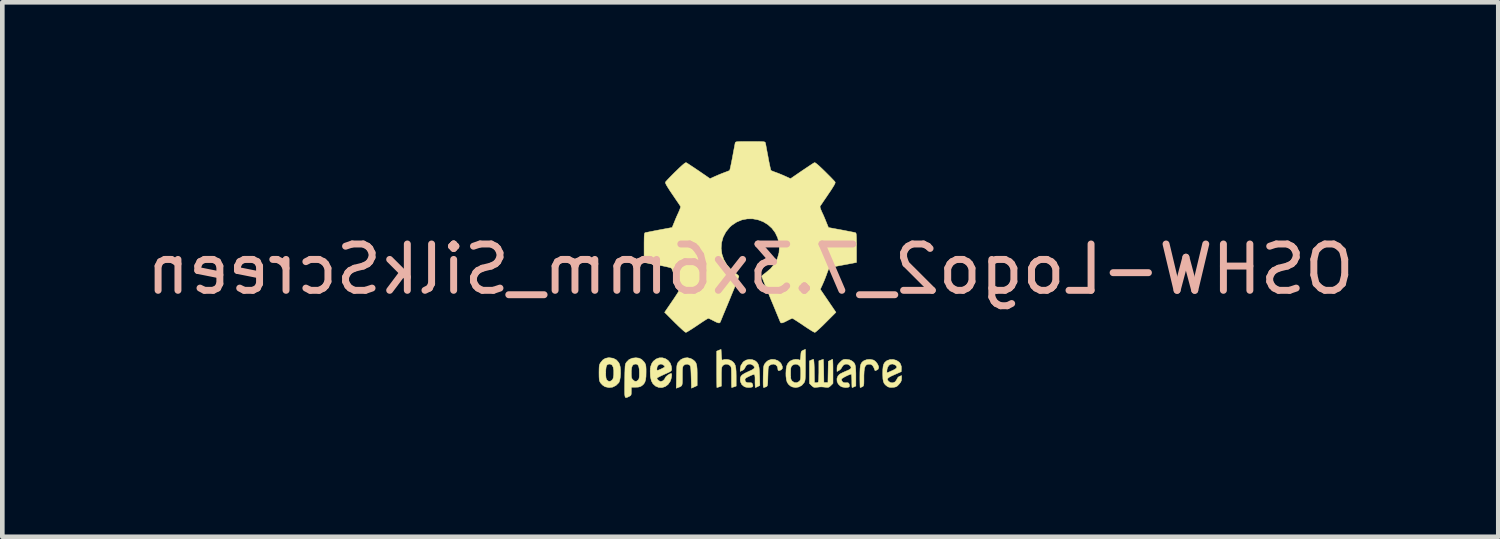
<source format=kicad_pcb>
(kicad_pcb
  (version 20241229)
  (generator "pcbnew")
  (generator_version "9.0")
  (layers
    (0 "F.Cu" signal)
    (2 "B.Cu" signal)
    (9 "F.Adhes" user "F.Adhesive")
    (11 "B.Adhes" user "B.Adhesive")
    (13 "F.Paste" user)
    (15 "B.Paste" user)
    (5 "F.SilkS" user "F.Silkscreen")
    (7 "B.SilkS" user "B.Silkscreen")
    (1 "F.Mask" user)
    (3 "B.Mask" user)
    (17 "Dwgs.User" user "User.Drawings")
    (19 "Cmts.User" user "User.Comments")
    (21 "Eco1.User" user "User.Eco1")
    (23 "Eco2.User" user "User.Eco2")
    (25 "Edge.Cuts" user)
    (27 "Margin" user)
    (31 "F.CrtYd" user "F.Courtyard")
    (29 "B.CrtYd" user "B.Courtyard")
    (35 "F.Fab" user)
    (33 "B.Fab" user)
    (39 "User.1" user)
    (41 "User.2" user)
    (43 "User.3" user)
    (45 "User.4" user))
  (footprint "OSHW-Logo2_7.3x6mm_SilkScreen"
    (layer "F.Cu")
    (at 13.149 2.763)
    (property "Reference" "OSHW-Logo2_7.3x6mm_SilkScreen" (at 0 0 0) (layer "B.SilkS") (effects (font (size 1 1) (thickness 0.15)) (justify mirror)))
    (attr exclude_from_pos_files exclude_from_bom allow_missing_courtyard)
    (fp_poly (pts (xy 2.653 1.959) (xy 2.67 1.966) (xy 2.711 1.999) (xy 2.747 2.047) (xy 2.769 2.097) (xy 2.772 2.122) (xy 2.76 2.157) (xy 2.734 2.175) (xy 2.706 2.187) (xy 2.693 2.189) (xy 2.687 2.174) (xy 2.674 2.141) (xy 2.669 2.127) (xy 2.639 2.076) (xy 2.595 2.05) (xy 2.538 2.051) (xy 2.534 2.052) (xy 2.504 2.067) (xy 2.481 2.094) (xy 2.466 2.139) (xy 2.457 2.205) (xy 2.453 2.294) (xy 2.453 2.341) (xy 2.453 2.416) (xy 2.452 2.467) (xy 2.448 2.499) (xy 2.442 2.518) (xy 2.432 2.529) (xy 2.417 2.537) (xy 2.416 2.538) (xy 2.387 2.55) (xy 2.372 2.555) (xy 2.37 2.541) (xy 2.368 2.503) (xy 2.367 2.446) (xy 2.366 2.374) (xy 2.366 2.322) (xy 2.367 2.22) (xy 2.37 2.143) (xy 2.377 2.086) (xy 2.389 2.045) (xy 2.407 2.014) (xy 2.432 1.99) (xy 2.457 1.973) (xy 2.517 1.951) (xy 2.587 1.946) (xy 2.653 1.959)) (stroke (width 0.01) (type solid)) (fill yes) (layer "F.SilkS"))
    (fp_poly (pts (xy -1.284 1.928) (xy -1.237 1.955) (xy -1.205 1.981) (xy -1.181 2.009) (xy -1.165 2.044) (xy -1.155 2.089) (xy -1.149 2.151) (xy -1.147 2.234) (xy -1.147 2.293) (xy -1.147 2.512) (xy -1.208 2.54) (xy -1.27 2.568) (xy -1.277 2.328) (xy -1.28 2.238) (xy -1.283 2.173) (xy -1.287 2.128) (xy -1.293 2.099) (xy -1.3 2.081) (xy -1.31 2.07) (xy -1.313 2.067) (xy -1.36 2.048) (xy -1.408 2.056) (xy -1.437 2.076) (xy -1.449 2.09) (xy -1.457 2.108) (xy -1.462 2.136) (xy -1.465 2.179) (xy -1.466 2.242) (xy -1.466 2.307) (xy -1.466 2.389) (xy -1.467 2.447) (xy -1.472 2.486) (xy -1.482 2.512) (xy -1.499 2.528) (xy -1.525 2.541) (xy -1.56 2.554) (xy -1.598 2.569) (xy -1.594 2.311) (xy -1.592 2.219) (xy -1.59 2.15) (xy -1.587 2.101) (xy -1.582 2.066) (xy -1.575 2.042) (xy -1.566 2.022) (xy -1.554 2.005) (xy -1.499 1.95) (xy -1.431 1.918) (xy -1.357 1.91) (xy -1.284 1.928)) (stroke (width 0.01) (type solid)) (fill yes) (layer "F.SilkS"))
    (fp_poly (pts (xy 0.53 1.95) (xy 0.596 1.974) (xy 0.649 2.017) (xy 0.67 2.047) (xy 0.693 2.103) (xy 0.692 2.143) (xy 0.669 2.17) (xy 0.66 2.175) (xy 0.622 2.189) (xy 0.602 2.185) (xy 0.595 2.161) (xy 0.595 2.148) (xy 0.583 2.099) (xy 0.551 2.065) (xy 0.508 2.048) (xy 0.459 2.053) (xy 0.419 2.074) (xy 0.405 2.087) (xy 0.396 2.101) (xy 0.389 2.124) (xy 0.385 2.159) (xy 0.383 2.212) (xy 0.381 2.288) (xy 0.38 2.312) (xy 0.378 2.394) (xy 0.376 2.451) (xy 0.372 2.49) (xy 0.367 2.513) (xy 0.359 2.526) (xy 0.347 2.535) (xy 0.339 2.538) (xy 0.307 2.55) (xy 0.288 2.555) (xy 0.282 2.541) (xy 0.278 2.5) (xy 0.277 2.431) (xy 0.278 2.334) (xy 0.278 2.319) (xy 0.28 2.23) (xy 0.283 2.165) (xy 0.286 2.119) (xy 0.292 2.087) (xy 0.3 2.064) (xy 0.311 2.044) (xy 0.317 2.035) (xy 0.35 1.998) (xy 0.388 1.969) (xy 0.392 1.966) (xy 0.459 1.946) (xy 0.53 1.95)) (stroke (width 0.01) (type solid)) (fill yes) (layer "F.SilkS"))
    (fp_poly (pts (xy -0.624 1.851) (xy -0.62 1.911) (xy -0.615 1.946) (xy -0.608 1.961) (xy -0.598 1.961) (xy -0.595 1.959) (xy -0.552 1.946) (xy -0.497 1.947) (xy -0.44 1.96) (xy -0.405 1.978) (xy -0.369 2.006) (xy -0.342 2.038) (xy -0.324 2.078) (xy -0.313 2.132) (xy -0.307 2.204) (xy -0.305 2.299) (xy -0.305 2.317) (xy -0.305 2.523) (xy -0.351 2.539) (xy -0.383 2.549) (xy -0.401 2.554) (xy -0.401 2.555) (xy -0.403 2.541) (xy -0.405 2.503) (xy -0.406 2.446) (xy -0.406 2.375) (xy -0.406 2.332) (xy -0.407 2.247) (xy -0.408 2.186) (xy -0.41 2.144) (xy -0.415 2.117) (xy -0.422 2.098) (xy -0.433 2.085) (xy -0.44 2.078) (xy -0.487 2.051) (xy -0.538 2.049) (xy -0.584 2.072) (xy -0.593 2.08) (xy -0.605 2.095) (xy -0.614 2.114) (xy -0.619 2.14) (xy -0.622 2.18) (xy -0.624 2.238) (xy -0.624 2.318) (xy -0.624 2.523) (xy -0.67 2.539) (xy -0.702 2.549) (xy -0.72 2.554) (xy -0.721 2.555) (xy -0.722 2.541) (xy -0.723 2.501) (xy -0.724 2.441) (xy -0.725 2.362) (xy -0.726 2.269) (xy -0.726 2.167) (xy -0.726 1.769) (xy -0.679 1.749) (xy -0.631 1.73) (xy -0.624 1.851)) (stroke (width 0.01) (type solid)) (fill yes) (layer "F.SilkS"))
    (fp_poly (pts (xy 1.78 1.959) (xy 1.782 1.997) (xy 1.784 2.055) (xy 1.785 2.128) (xy 1.785 2.205) (xy 1.785 2.465) (xy 1.739 2.511) (xy 1.708 2.539) (xy 1.68 2.551) (xy 1.642 2.55) (xy 1.627 2.548) (xy 1.58 2.543) (xy 1.541 2.54) (xy 1.531 2.54) (xy 1.499 2.541) (xy 1.453 2.546) (xy 1.436 2.548) (xy 1.392 2.552) (xy 1.363 2.544) (xy 1.334 2.521) (xy 1.323 2.511) (xy 1.277 2.465) (xy 1.277 1.979) (xy 1.314 1.962) (xy 1.346 1.949) (xy 1.365 1.945) (xy 1.369 1.959) (xy 1.374 1.997) (xy 1.378 2.056) (xy 1.381 2.132) (xy 1.382 2.195) (xy 1.386 2.446) (xy 1.421 2.451) (xy 1.452 2.447) (xy 1.468 2.436) (xy 1.472 2.415) (xy 1.476 2.371) (xy 1.478 2.309) (xy 1.48 2.235) (xy 1.48 2.197) (xy 1.48 1.977) (xy 1.526 1.961) (xy 1.559 1.95) (xy 1.576 1.945) (xy 1.577 1.945) (xy 1.578 1.959) (xy 1.58 1.997) (xy 1.582 2.054) (xy 1.584 2.127) (xy 1.585 2.195) (xy 1.589 2.446) (xy 1.676 2.446) (xy 1.68 2.217) (xy 1.684 1.989) (xy 1.727 1.967) (xy 1.758 1.952) (xy 1.777 1.945) (xy 1.777 1.945) (xy 1.78 1.959)) (stroke (width 0.01) (type solid)) (fill yes) (layer "F.SilkS"))
    (fp_poly (pts (xy -2.959 1.922) (xy -2.891 1.958) (xy -2.841 2.015) (xy -2.823 2.052) (xy -2.809 2.108) (xy -2.802 2.178) (xy -2.801 2.255) (xy -2.807 2.33) (xy -2.818 2.394) (xy -2.834 2.441) (xy -2.839 2.449) (xy -2.9 2.509) (xy -2.971 2.545) (xy -3.049 2.555) (xy -3.127 2.539) (xy -3.149 2.529) (xy -3.192 2.499) (xy -3.229 2.459) (xy -3.233 2.454) (xy -3.247 2.43) (xy -3.257 2.404) (xy -3.262 2.37) (xy -3.265 2.321) (xy -3.266 2.251) (xy -3.266 2.235) (xy -3.266 2.23) (xy -3.121 2.23) (xy -3.12 2.296) (xy -3.116 2.34) (xy -3.109 2.369) (xy -3.098 2.388) (xy -3.092 2.395) (xy -3.057 2.42) (xy -3.023 2.419) (xy -2.989 2.397) (xy -2.969 2.374) (xy -2.957 2.34) (xy -2.95 2.288) (xy -2.949 2.281) (xy -2.948 2.186) (xy -2.96 2.114) (xy -2.985 2.068) (xy -3.023 2.048) (xy -3.037 2.047) (xy -3.073 2.052) (xy -3.097 2.072) (xy -3.112 2.109) (xy -3.119 2.168) (xy -3.121 2.23) (xy -3.266 2.23) (xy -3.265 2.16) (xy -3.263 2.108) (xy -3.258 2.072) (xy -3.249 2.045) (xy -3.236 2.022) (xy -3.233 2.017) (xy -3.184 1.958) (xy -3.13 1.924) (xy -3.064 1.91) (xy -3.042 1.91) (xy -2.959 1.922)) (stroke (width 0.01) (type solid)) (fill yes) (layer "F.SilkS"))
    (fp_poly (pts (xy 3.154 1.967) (xy 3.211 2.004) (xy 3.239 2.038) (xy 3.261 2.099) (xy 3.262 2.147) (xy 3.258 2.212) (xy 3.11 2.277) (xy 3.037 2.31) (xy 2.99 2.337) (xy 2.966 2.36) (xy 2.961 2.383) (xy 2.975 2.407) (xy 2.99 2.424) (xy 3.034 2.45) (xy 3.081 2.452) (xy 3.125 2.432) (xy 3.157 2.391) (xy 3.163 2.376) (xy 3.191 2.331) (xy 3.222 2.312) (xy 3.266 2.296) (xy 3.266 2.358) (xy 3.262 2.4) (xy 3.247 2.436) (xy 3.215 2.477) (xy 3.211 2.482) (xy 3.176 2.519) (xy 3.145 2.538) (xy 3.108 2.547) (xy 3.076 2.55) (xy 3.02 2.551) (xy 2.981 2.542) (xy 2.956 2.528) (xy 2.917 2.497) (xy 2.89 2.465) (xy 2.873 2.423) (xy 2.863 2.368) (xy 2.86 2.291) (xy 2.859 2.253) (xy 2.86 2.206) (xy 2.948 2.206) (xy 2.949 2.231) (xy 2.952 2.235) (xy 2.968 2.23) (xy 3.004 2.215) (xy 3.052 2.194) (xy 3.062 2.19) (xy 3.123 2.159) (xy 3.157 2.132) (xy 3.164 2.106) (xy 3.146 2.08) (xy 3.132 2.069) (xy 3.079 2.046) (xy 3.03 2.05) (xy 2.989 2.078) (xy 2.961 2.127) (xy 2.952 2.166) (xy 2.948 2.206) (xy 2.86 2.206) (xy 2.861 2.162) (xy 2.868 2.095) (xy 2.882 2.047) (xy 2.904 2.011) (xy 2.937 1.983) (xy 2.951 1.973) (xy 3.015 1.95) (xy 3.085 1.948) (xy 3.154 1.967)) (stroke (width 0.01) (type solid)) (fill yes) (layer "F.SilkS"))
    (fp_poly (pts (xy 1.19 2.065) (xy 1.19 2.174) (xy 1.189 2.257) (xy 1.188 2.32) (xy 1.185 2.365) (xy 1.181 2.397) (xy 1.175 2.421) (xy 1.167 2.439) (xy 1.161 2.449) (xy 1.112 2.506) (xy 1.049 2.541) (xy 0.98 2.554) (xy 0.911 2.542) (xy 0.869 2.522) (xy 0.826 2.485) (xy 0.796 2.441) (xy 0.779 2.383) (xy 0.77 2.306) (xy 0.769 2.25) (xy 0.769 2.246) (xy 0.871 2.246) (xy 0.871 2.311) (xy 0.874 2.354) (xy 0.881 2.382) (xy 0.893 2.402) (xy 0.906 2.417) (xy 0.953 2.447) (xy 1.004 2.449) (xy 1.051 2.425) (xy 1.055 2.421) (xy 1.071 2.404) (xy 1.081 2.383) (xy 1.086 2.352) (xy 1.088 2.305) (xy 1.089 2.252) (xy 1.088 2.185) (xy 1.085 2.141) (xy 1.078 2.112) (xy 1.066 2.091) (xy 1.057 2.08) (xy 1.013 2.052) (xy 0.962 2.049) (xy 0.914 2.07) (xy 0.904 2.078) (xy 0.889 2.096) (xy 0.879 2.117) (xy 0.873 2.148) (xy 0.871 2.196) (xy 0.871 2.246) (xy 0.769 2.246) (xy 0.773 2.159) (xy 0.785 2.09) (xy 0.807 2.039) (xy 0.842 1.998) (xy 0.869 1.978) (xy 0.919 1.956) (xy 0.976 1.945) (xy 1.03 1.948) (xy 1.06 1.959) (xy 1.071 1.962) (xy 1.079 1.951) (xy 1.084 1.919) (xy 1.089 1.871) (xy 1.093 1.817) (xy 1.099 1.784) (xy 1.111 1.766) (xy 1.131 1.754) (xy 1.143 1.748) (xy 1.19 1.729) (xy 1.19 2.065)) (stroke (width 0.01) (type solid)) (fill yes) (layer "F.SilkS"))
    (fp_poly (pts (xy -1.832 1.931) (xy -1.774 1.97) (xy -1.73 2.025) (xy -1.704 2.096) (xy -1.698 2.148) (xy -1.699 2.17) (xy -1.704 2.187) (xy -1.718 2.201) (xy -1.745 2.218) (xy -1.79 2.239) (xy -1.857 2.269) (xy -1.858 2.27) (xy -1.92 2.298) (xy -1.97 2.323) (xy -2.005 2.342) (xy -2.017 2.353) (xy -2.017 2.353) (xy -2.006 2.376) (xy -1.98 2.402) (xy -1.949 2.42) (xy -1.934 2.424) (xy -1.891 2.411) (xy -1.855 2.379) (xy -1.837 2.345) (xy -1.82 2.319) (xy -1.787 2.29) (xy -1.748 2.264) (xy -1.713 2.25) (xy -1.706 2.25) (xy -1.698 2.262) (xy -1.697 2.294) (xy -1.703 2.337) (xy -1.715 2.383) (xy -1.73 2.423) (xy -1.731 2.424) (xy -1.777 2.489) (xy -1.837 2.533) (xy -1.906 2.555) (xy -1.976 2.552) (xy -2.044 2.524) (xy -2.047 2.522) (xy -2.101 2.473) (xy -2.136 2.41) (xy -2.155 2.327) (xy -2.158 2.304) (xy -2.162 2.194) (xy -2.157 2.143) (xy -2.017 2.143) (xy -2.016 2.175) (xy -2.006 2.184) (xy -1.981 2.177) (xy -1.942 2.161) (xy -1.899 2.14) (xy -1.898 2.139) (xy -1.861 2.12) (xy -1.846 2.107) (xy -1.85 2.093) (xy -1.865 2.076) (xy -1.904 2.05) (xy -1.946 2.048) (xy -1.984 2.067) (xy -2.01 2.103) (xy -2.017 2.143) (xy -2.157 2.143) (xy -2.153 2.106) (xy -2.128 2.036) (xy -2.095 1.987) (xy -2.033 1.938) (xy -1.966 1.913) (xy -1.897 1.912) (xy -1.832 1.931)) (stroke (width 0.01) (type solid)) (fill yes) (layer "F.SilkS"))
    (fp_poly (pts (xy 0.04 1.951) (xy 0.097 1.972) (xy 0.097 1.972) (xy 0.132 1.998) (xy 0.158 2.029) (xy 0.177 2.068) (xy 0.189 2.121) (xy 0.196 2.194) (xy 0.2 2.289) (xy 0.201 2.303) (xy 0.206 2.509) (xy 0.162 2.532) (xy 0.13 2.547) (xy 0.11 2.554) (xy 0.11 2.555) (xy 0.106 2.541) (xy 0.104 2.505) (xy 0.102 2.451) (xy 0.102 2.408) (xy 0.102 2.339) (xy 0.098 2.295) (xy 0.087 2.274) (xy 0.064 2.273) (xy 0.022 2.289) (xy -0.04 2.318) (xy -0.086 2.342) (xy -0.109 2.363) (xy -0.116 2.386) (xy -0.116 2.387) (xy -0.105 2.426) (xy -0.071 2.447) (xy -0.019 2.451) (xy 0.018 2.45) (xy 0.038 2.461) (xy 0.05 2.487) (xy 0.057 2.519) (xy 0.047 2.538) (xy 0.043 2.541) (xy 0.007 2.551) (xy -0.043 2.553) (xy -0.095 2.546) (xy -0.132 2.533) (xy -0.183 2.49) (xy -0.212 2.429) (xy -0.218 2.382) (xy -0.213 2.34) (xy -0.198 2.305) (xy -0.166 2.275) (xy -0.115 2.244) (xy -0.041 2.209) (xy -0.036 2.207) (xy 0.031 2.176) (xy 0.072 2.151) (xy 0.09 2.128) (xy 0.086 2.105) (xy 0.063 2.078) (xy 0.056 2.072) (xy 0.009 2.048) (xy -0.04 2.049) (xy -0.082 2.072) (xy -0.111 2.116) (xy -0.113 2.124) (xy -0.139 2.165) (xy -0.171 2.185) (xy -0.218 2.205) (xy -0.218 2.154) (xy -0.204 2.08) (xy -0.161 2.012) (xy -0.139 1.99) (xy -0.089 1.961) (xy -0.026 1.947) (xy 0.04 1.951)) (stroke (width 0.01) (type solid)) (fill yes) (layer "F.SilkS"))
    (fp_poly (pts (xy -2.4 1.92) (xy -2.345 1.948) (xy -2.296 1.998) (xy -2.282 2.017) (xy -2.268 2.042) (xy -2.258 2.069) (xy -2.253 2.105) (xy -2.25 2.156) (xy -2.25 2.224) (xy -2.252 2.318) (xy -2.261 2.388) (xy -2.277 2.44) (xy -2.303 2.48) (xy -2.34 2.513) (xy -2.342 2.515) (xy -2.379 2.535) (xy -2.422 2.545) (xy -2.478 2.547) (xy -2.569 2.547) (xy -2.569 2.635) (xy -2.57 2.684) (xy -2.575 2.713) (xy -2.588 2.73) (xy -2.614 2.745) (xy -2.62 2.748) (xy -2.649 2.762) (xy -2.672 2.77) (xy -2.688 2.771) (xy -2.7 2.761) (xy -2.707 2.737) (xy -2.712 2.696) (xy -2.713 2.636) (xy -2.713 2.553) (xy -2.712 2.445) (xy -2.711 2.413) (xy -2.71 2.302) (xy -2.709 2.229) (xy -2.569 2.229) (xy -2.568 2.29) (xy -2.565 2.331) (xy -2.557 2.358) (xy -2.543 2.378) (xy -2.533 2.388) (xy -2.495 2.418) (xy -2.46 2.42) (xy -2.425 2.396) (xy -2.424 2.395) (xy -2.409 2.376) (xy -2.401 2.351) (xy -2.396 2.312) (xy -2.395 2.252) (xy -2.395 2.238) (xy -2.398 2.156) (xy -2.409 2.099) (xy -2.429 2.064) (xy -2.458 2.048) (xy -2.476 2.047) (xy -2.516 2.054) (xy -2.544 2.078) (xy -2.561 2.123) (xy -2.568 2.191) (xy -2.569 2.229) (xy -2.709 2.229) (xy -2.708 2.215) (xy -2.706 2.15) (xy -2.704 2.103) (xy -2.7 2.069) (xy -2.694 2.045) (xy -2.687 2.028) (xy -2.677 2.012) (xy -2.673 2.006) (xy -2.619 1.951) (xy -2.55 1.92) (xy -2.47 1.911) (xy -2.4 1.92)) (stroke (width 0.01) (type solid)) (fill yes) (layer "F.SilkS"))
    (fp_poly (pts (xy 2.145 1.956) (xy 2.187 1.975) (xy 2.219 1.998) (xy 2.244 2.024) (xy 2.26 2.057) (xy 2.271 2.103) (xy 2.276 2.165) (xy 2.279 2.249) (xy 2.279 2.305) (xy 2.279 2.521) (xy 2.242 2.538) (xy 2.213 2.55) (xy 2.198 2.555) (xy 2.195 2.541) (xy 2.193 2.505) (xy 2.192 2.452) (xy 2.192 2.409) (xy 2.19 2.348) (xy 2.187 2.3) (xy 2.182 2.271) (xy 2.178 2.264) (xy 2.153 2.271) (xy 2.112 2.287) (xy 2.066 2.309) (xy 2.021 2.333) (xy 1.986 2.355) (xy 1.97 2.37) (xy 1.97 2.37) (xy 1.971 2.397) (xy 1.984 2.423) (xy 2.006 2.444) (xy 2.038 2.451) (xy 2.065 2.451) (xy 2.104 2.45) (xy 2.124 2.459) (xy 2.136 2.483) (xy 2.138 2.488) (xy 2.143 2.522) (xy 2.129 2.543) (xy 2.092 2.552) (xy 2.052 2.554) (xy 1.981 2.541) (xy 1.943 2.521) (xy 1.898 2.476) (xy 1.873 2.42) (xy 1.871 2.361) (xy 1.892 2.306) (xy 1.923 2.271) (xy 1.953 2.252) (xy 2.002 2.228) (xy 2.058 2.203) (xy 2.068 2.199) (xy 2.13 2.172) (xy 2.166 2.148) (xy 2.177 2.124) (xy 2.167 2.097) (xy 2.148 2.076) (xy 2.104 2.05) (xy 2.056 2.048) (xy 2.012 2.068) (xy 1.981 2.108) (xy 1.977 2.118) (xy 1.952 2.156) (xy 1.917 2.184) (xy 1.872 2.207) (xy 1.872 2.141) (xy 1.875 2.102) (xy 1.886 2.07) (xy 1.911 2.036) (xy 1.935 2.01) (xy 1.972 1.974) (xy 2.001 1.954) (xy 2.033 1.946) (xy 2.068 1.945) (xy 2.145 1.956)) (stroke (width 0.01) (type solid)) (fill yes) (layer "F.SilkS"))
    (fp_poly (pts (xy 0.104 -2.758) (xy 0.182 -2.757) (xy 0.239 -2.756) (xy 0.278 -2.754) (xy 0.303 -2.75) (xy 0.316 -2.744) (xy 0.323 -2.737) (xy 0.326 -2.726) (xy 0.327 -2.725) (xy 0.332 -2.701) (xy 0.341 -2.653) (xy 0.353 -2.587) (xy 0.368 -2.508) (xy 0.385 -2.42) (xy 0.385 -2.417) (xy 0.401 -2.331) (xy 0.417 -2.255) (xy 0.43 -2.194) (xy 0.44 -2.152) (xy 0.446 -2.133) (xy 0.447 -2.133) (xy 0.465 -2.124) (xy 0.502 -2.109) (xy 0.551 -2.091) (xy 0.552 -2.091) (xy 0.613 -2.068) (xy 0.686 -2.038) (xy 0.754 -2.008) (xy 0.757 -2.007) (xy 0.869 -1.956) (xy 1.115 -2.125) (xy 1.191 -2.176) (xy 1.26 -2.222) (xy 1.317 -2.26) (xy 1.359 -2.287) (xy 1.383 -2.301) (xy 1.385 -2.302) (xy 1.402 -2.298) (xy 1.434 -2.275) (xy 1.481 -2.235) (xy 1.546 -2.174) (xy 1.612 -2.11) (xy 1.676 -2.046) (xy 1.733 -1.989) (xy 1.78 -1.94) (xy 1.814 -1.904) (xy 1.83 -1.884) (xy 1.831 -1.883) (xy 1.833 -1.869) (xy 1.826 -1.847) (xy 1.809 -1.814) (xy 1.779 -1.765) (xy 1.737 -1.699) (xy 1.679 -1.614) (xy 1.629 -1.54) (xy 1.583 -1.473) (xy 1.546 -1.417) (xy 1.519 -1.378) (xy 1.506 -1.357) (xy 1.505 -1.356) (xy 1.507 -1.336) (xy 1.519 -1.298) (xy 1.54 -1.248) (xy 1.547 -1.232) (xy 1.58 -1.162) (xy 1.614 -1.082) (xy 1.642 -1.012) (xy 1.663 -0.961) (xy 1.679 -0.922) (xy 1.688 -0.901) (xy 1.689 -0.9) (xy 1.706 -0.897) (xy 1.746 -0.89) (xy 1.804 -0.879) (xy 1.875 -0.866) (xy 1.952 -0.852) (xy 2.032 -0.837) (xy 2.107 -0.822) (xy 2.174 -0.809) (xy 2.227 -0.799) (xy 2.26 -0.792) (xy 2.268 -0.79) (xy 2.276 -0.785) (xy 2.283 -0.774) (xy 2.287 -0.754) (xy 2.29 -0.72) (xy 2.292 -0.67) (xy 2.293 -0.599) (xy 2.293 -0.504) (xy 2.293 -0.465) (xy 2.293 -0.147) (xy 2.217 -0.132) (xy 2.175 -0.124) (xy 2.111 -0.112) (xy 2.035 -0.098) (xy 1.953 -0.083) (xy 1.93 -0.079) (xy 1.855 -0.064) (xy 1.789 -0.049) (xy 1.738 -0.037) (xy 1.709 -0.027) (xy 1.704 -0.024) (xy 1.691 -0.003) (xy 1.674 0.038) (xy 1.655 0.09) (xy 1.651 0.102) (xy 1.625 0.172) (xy 1.594 0.25) (xy 1.563 0.321) (xy 1.563 0.322) (xy 1.511 0.433) (xy 1.68 0.681) (xy 1.849 0.93) (xy 1.632 1.147) (xy 1.567 1.212) (xy 1.507 1.269) (xy 1.456 1.315) (xy 1.418 1.348) (xy 1.396 1.363) (xy 1.392 1.364) (xy 1.374 1.356) (xy 1.335 1.335) (xy 1.281 1.301) (xy 1.216 1.259) (xy 1.146 1.212) (xy 1.075 1.164) (xy 1.011 1.122) (xy 0.959 1.089) (xy 0.923 1.067) (xy 0.907 1.06) (xy 0.887 1.066) (xy 0.85 1.083) (xy 0.803 1.107) (xy 0.798 1.11) (xy 0.734 1.142) (xy 0.69 1.158) (xy 0.663 1.158) (xy 0.649 1.143) (xy 0.649 1.143) (xy 0.642 1.126) (xy 0.625 1.085) (xy 0.6 1.024) (xy 0.567 0.945) (xy 0.529 0.852) (xy 0.486 0.748) (xy 0.444 0.648) (xy 0.399 0.537) (xy 0.357 0.434) (xy 0.32 0.342) (xy 0.289 0.265) (xy 0.266 0.206) (xy 0.251 0.167) (xy 0.247 0.153) (xy 0.258 0.136) (xy 0.287 0.11) (xy 0.326 0.081) (xy 0.437 -0.011) (xy 0.523 -0.116) (xy 0.585 -0.233) (xy 0.62 -0.358) (xy 0.628 -0.49) (xy 0.622 -0.552) (xy 0.591 -0.678) (xy 0.538 -0.79) (xy 0.466 -0.886) (xy 0.378 -0.965) (xy 0.278 -1.026) (xy 0.168 -1.067) (xy 0.053 -1.089) (xy -0.065 -1.088) (xy -0.181 -1.066) (xy -0.294 -1.019) (xy -0.4 -0.948) (xy -0.444 -0.908) (xy -0.528 -0.805) (xy -0.587 -0.692) (xy -0.62 -0.573) (xy -0.629 -0.451) (xy -0.613 -0.329) (xy -0.573 -0.211) (xy -0.51 -0.1) (xy -0.423 0.002) (xy -0.326 0.081) (xy -0.286 0.111) (xy -0.257 0.137) (xy -0.247 0.153) (xy -0.252 0.17) (xy -0.267 0.21) (xy -0.291 0.272) (xy -0.323 0.35) (xy -0.36 0.443) (xy -0.403 0.546) (xy -0.444 0.648) (xy -0.49 0.759) (xy -0.533 0.862) (xy -0.571 0.953) (xy -0.603 1.03) (xy -0.627 1.09) (xy -0.643 1.129) (xy -0.649 1.143) (xy -0.663 1.158) (xy -0.69 1.158) (xy -0.734 1.142) (xy -0.797 1.11) (xy -0.798 1.11) (xy -0.845 1.085) (xy -0.884 1.067) (xy -0.906 1.06) (xy -0.907 1.06) (xy -0.923 1.067) (xy -0.96 1.089) (xy -1.012 1.122) (xy -1.075 1.164) (xy -1.146 1.212) (xy -1.218 1.26) (xy -1.283 1.302) (xy -1.336 1.335) (xy -1.374 1.357) (xy -1.392 1.364) (xy -1.409 1.354) (xy -1.443 1.327) (xy -1.49 1.284) (xy -1.547 1.231) (xy -1.612 1.168) (xy -1.633 1.147) (xy -1.85 0.93) (xy -1.684 0.687) (xy -1.634 0.613) (xy -1.59 0.546) (xy -1.555 0.491) (xy -1.53 0.451) (xy -1.519 0.43) (xy -1.519 0.429) (xy -1.525 0.409) (xy -1.54 0.37) (xy -1.562 0.317) (xy -1.578 0.282) (xy -1.607 0.215) (xy -1.635 0.147) (xy -1.656 0.09) (xy -1.662 0.073) (xy -1.679 0.026) (xy -1.695 -0.01) (xy -1.704 -0.024) (xy -1.723 -0.032) (xy -1.766 -0.044) (xy -1.826 -0.058) (xy -1.898 -0.073) (xy -1.93 -0.079) (xy -2.012 -0.094) (xy -2.091 -0.108) (xy -2.159 -0.121) (xy -2.208 -0.13) (xy -2.217 -0.132) (xy -2.293 -0.147) (xy -2.293 -0.465) (xy -2.293 -0.569) (xy -2.292 -0.648) (xy -2.291 -0.705) (xy -2.288 -0.744) (xy -2.284 -0.769) (xy -2.279 -0.782) (xy -2.271 -0.789) (xy -2.268 -0.79) (xy -2.249 -0.794) (xy -2.207 -0.802) (xy -2.148 -0.814) (xy -2.077 -0.828) (xy -1.999 -0.843) (xy -1.92 -0.858) (xy -1.845 -0.872) (xy -1.779 -0.884) (xy -1.727 -0.894) (xy -1.696 -0.899) (xy -1.689 -0.9) (xy -1.683 -0.912) (xy -1.669 -0.946) (xy -1.65 -0.994) (xy -1.642 -1.012) (xy -1.613 -1.085) (xy -1.578 -1.165) (xy -1.547 -1.232) (xy -1.525 -1.284) (xy -1.51 -1.326) (xy -1.504 -1.352) (xy -1.505 -1.356) (xy -1.516 -1.372) (xy -1.54 -1.409) (xy -1.576 -1.461) (xy -1.62 -1.526) (xy -1.67 -1.6) (xy -1.68 -1.614) (xy -1.738 -1.7) (xy -1.78 -1.766) (xy -1.809 -1.814) (xy -1.826 -1.847) (xy -1.833 -1.869) (xy -1.831 -1.883) (xy -1.831 -1.883) (xy -1.816 -1.901) (xy -1.785 -1.935) (xy -1.739 -1.983) (xy -1.683 -2.04) (xy -1.62 -2.103) (xy -1.612 -2.11) (xy -1.533 -2.187) (xy -1.471 -2.244) (xy -1.427 -2.281) (xy -1.398 -2.3) (xy -1.385 -2.302) (xy -1.367 -2.292) (xy -1.328 -2.267) (xy -1.274 -2.231) (xy -1.207 -2.187) (xy -1.133 -2.137) (xy -1.115 -2.125) (xy -0.869 -1.956) (xy -0.757 -2.007) (xy -0.69 -2.036) (xy -0.617 -2.066) (xy -0.554 -2.09) (xy -0.552 -2.091) (xy -0.503 -2.109) (xy -0.465 -2.124) (xy -0.447 -2.133) (xy -0.447 -2.133) (xy -0.441 -2.149) (xy -0.431 -2.19) (xy -0.418 -2.25) (xy -0.403 -2.325) (xy -0.386 -2.41) (xy -0.385 -2.417) (xy -0.369 -2.505) (xy -0.354 -2.585) (xy -0.341 -2.651) (xy -0.332 -2.7) (xy -0.327 -2.725) (xy -0.327 -2.725) (xy -0.323 -2.736) (xy -0.317 -2.744) (xy -0.305 -2.75) (xy -0.281 -2.753) (xy -0.244 -2.756) (xy -0.19 -2.757) (xy -0.114 -2.758) (xy -0.013 -2.758) (xy 0 -2.758) (xy 0.104 -2.758)) (stroke (width 0.01) (type solid)) (fill yes) (layer "F.SilkS")))
  (gr_rect
    (start -3 -3)
    (end 29.298 8.539)
    (stroke (width 0.1) (type default))
    (fill no)
    (layer "Edge.Cuts")))
</source>
